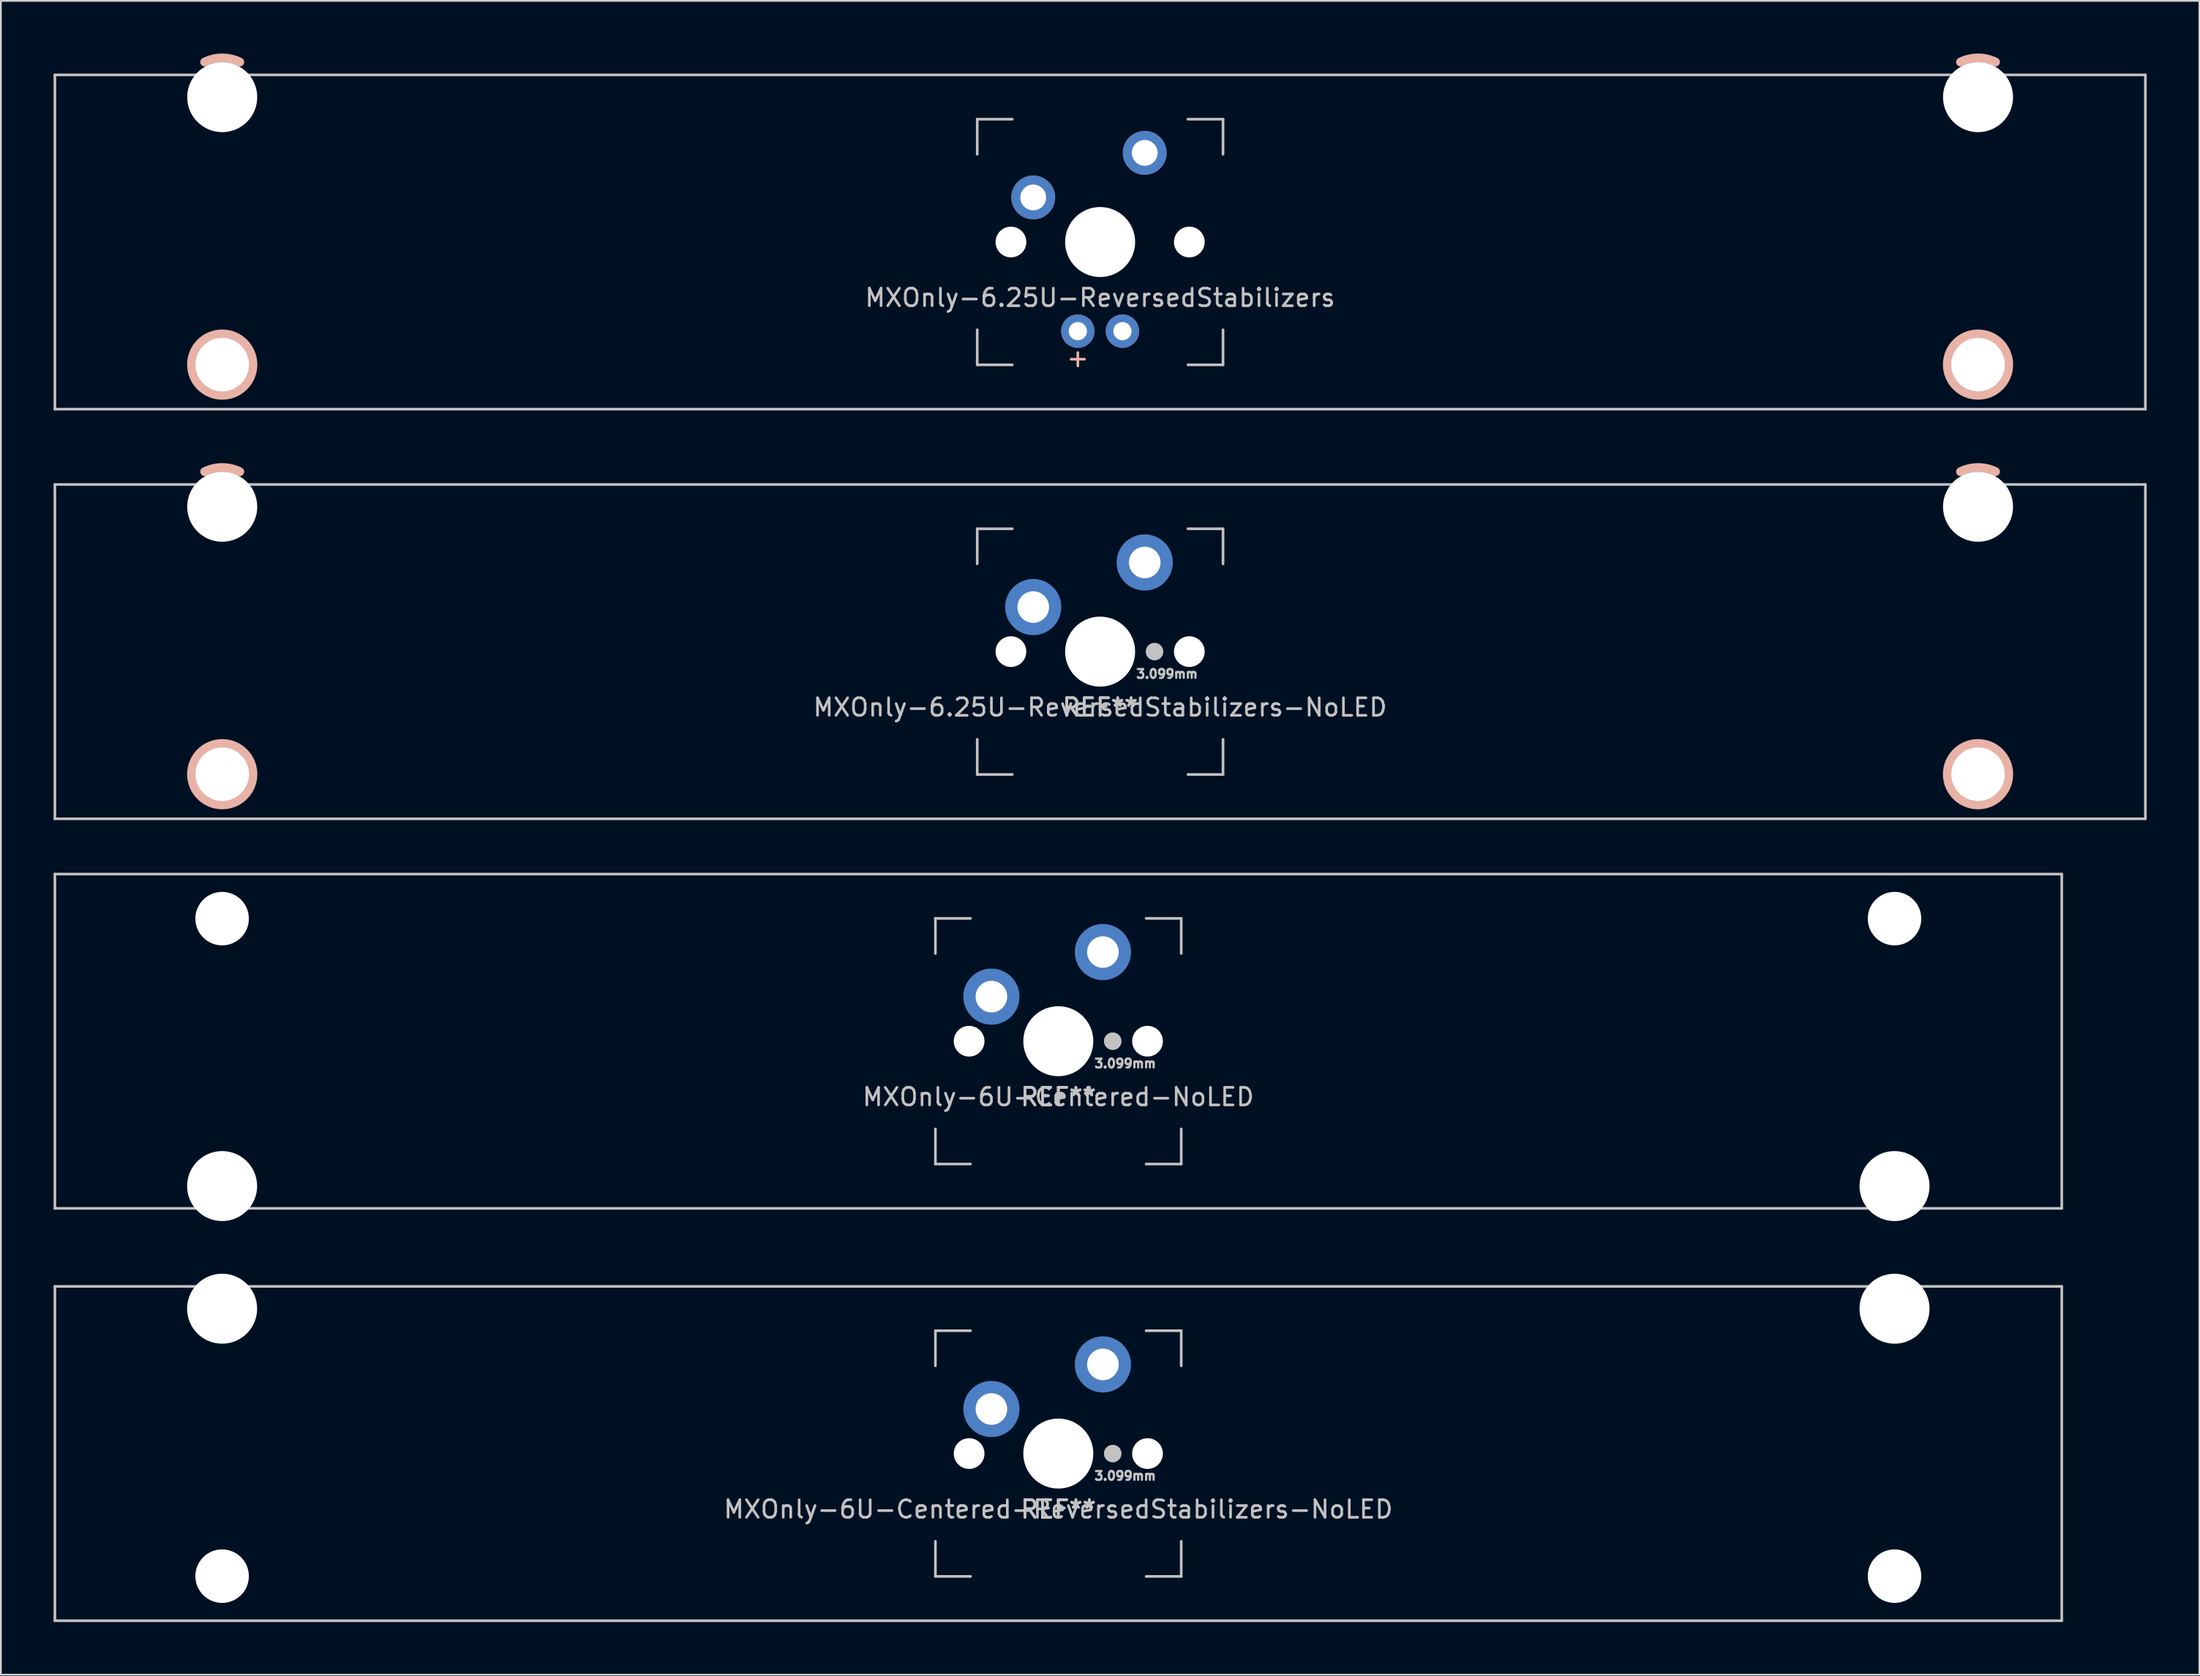
<source format=kicad_pcb>
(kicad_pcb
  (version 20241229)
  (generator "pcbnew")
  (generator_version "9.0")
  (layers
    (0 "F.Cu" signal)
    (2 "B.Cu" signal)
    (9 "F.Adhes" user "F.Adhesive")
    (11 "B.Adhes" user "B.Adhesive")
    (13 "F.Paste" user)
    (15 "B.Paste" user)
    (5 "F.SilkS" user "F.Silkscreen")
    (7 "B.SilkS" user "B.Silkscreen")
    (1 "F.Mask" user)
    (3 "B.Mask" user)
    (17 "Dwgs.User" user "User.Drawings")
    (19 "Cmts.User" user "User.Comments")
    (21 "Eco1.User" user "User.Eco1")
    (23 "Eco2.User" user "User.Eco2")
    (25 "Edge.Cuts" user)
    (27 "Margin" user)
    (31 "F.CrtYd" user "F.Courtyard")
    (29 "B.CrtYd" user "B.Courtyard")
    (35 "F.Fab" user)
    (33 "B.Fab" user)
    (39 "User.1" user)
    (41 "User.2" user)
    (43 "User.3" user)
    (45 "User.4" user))
  (footprint "MXOnly-6.25U-ReversedStabilizers"
    (layer "F.Cu")
    (at 59.606 10.741)
    (property "Reference" "MXOnly-6.25U-ReversedStabilizers" (at 0 3.175 0) (layer "Dwgs.User") (effects (font (size 1 1) (thickness 0.15))))
    (attr through_hole)
    (fp_arc (start -50.9999 -10.255) (mid -50.000487 -10.491068) (end -49.000951 -10.255525) (stroke (width 0.5) (type solid)) (layer "B.SilkS"))
    (fp_arc (start 48.9999 -10.255) (mid 49.999313 -10.491068) (end 50.998849 -10.255525) (stroke (width 0.5) (type solid)) (layer "B.SilkS"))
    (fp_circle (center -50 6.985) (end -51.75 6.985) (stroke (width 0.5) (type solid)) (fill no) (layer "B.SilkS"))
    (fp_circle (center 50 6.985) (end 48.25 6.985) (stroke (width 0.5) (type solid)) (fill no) (layer "B.SilkS"))
    (fp_line (start -59.531 -9.525) (end 59.531 -9.525) (stroke (width 0.15) (type solid)) (layer "Dwgs.User"))
    (fp_line (start -59.531 9.525) (end -59.531 -9.525) (stroke (width 0.15) (type solid)) (layer "Dwgs.User"))
    (fp_line (start -59.531 9.525) (end 59.531 9.525) (stroke (width 0.15) (type solid)) (layer "Dwgs.User"))
    (fp_line (start -7 -7) (end -7 -5) (stroke (width 0.15) (type solid)) (layer "Dwgs.User"))
    (fp_line (start -7 5) (end -7 7) (stroke (width 0.15) (type solid)) (layer "Dwgs.User"))
    (fp_line (start -7 7) (end -5 7) (stroke (width 0.15) (type solid)) (layer "Dwgs.User"))
    (fp_line (start -5 -7) (end -7 -7) (stroke (width 0.15) (type solid)) (layer "Dwgs.User"))
    (fp_line (start 5 -7) (end 7 -7) (stroke (width 0.15) (type solid)) (layer "Dwgs.User"))
    (fp_line (start 5 7) (end 7 7) (stroke (width 0.15) (type solid)) (layer "Dwgs.User"))
    (fp_line (start 7 -7) (end 7 -5) (stroke (width 0.15) (type solid)) (layer "Dwgs.User"))
    (fp_line (start 7 7) (end 7 5) (stroke (width 0.15) (type solid)) (layer "Dwgs.User"))
    (fp_line (start 59.531 -9.525) (end 59.531 9.525) (stroke (width 0.15) (type solid)) (layer "Dwgs.User"))
    (fp_text user "+" (at -1.27 6.604 0) (layer "B.SilkS") (effects (font (size 1 1) (thickness 0.15))))
    (pad "" np_thru_hole circle (at -50 -8.255) (size 3.988 3.988) (drill 3.988) (layers "*.Cu" "*.Mask"))
    (pad "" np_thru_hole circle (at -50 6.985) (size 3.048 3.048) (drill 3.048) (layers "*.Cu" "*.Mask"))
    (pad "" np_thru_hole circle (at -5.08 0 48.1) (size 1.75 1.75) (drill 1.75) (layers "*.Cu" "*.Mask"))
    (pad "" np_thru_hole circle (at 0 0) (size 3.988 3.988) (drill 3.988) (layers "*.Cu" "*.Mask"))
    (pad "" np_thru_hole circle (at 5.08 0 48.1) (size 1.75 1.75) (drill 1.75) (layers "*.Cu" "*.Mask"))
    (pad "" np_thru_hole circle (at 50 -8.255) (size 3.988 3.988) (drill 3.988) (layers "*.Cu" "*.Mask"))
    (pad "" np_thru_hole circle (at 50 6.985) (size 3.048 3.048) (drill 3.048) (layers "*.Cu" "*.Mask"))
    (pad "1" thru_hole circle (at -3.81 -2.54) (size 2.5 2.5) (drill 1.47) (layers "*.Cu" "*.Mask"))
    (pad "2" thru_hole circle (at 2.54 -5.08) (size 2.5 2.5) (drill 1.47) (layers "*.Cu" "*.Mask"))
    (pad "3" thru_hole circle (at -1.27 5.08) (size 1.905 1.905) (drill 1.04) (layers "*.Cu" "*.Mask"))
    (pad "4" thru_hole circle (at 1.27 5.08) (size 1.905 1.905) (drill 1.04) (layers "*.Cu" "*.Mask")))
  (footprint "MXOnly-6U-Centered-NoLED"
    (layer "F.Cu")
    (at 57.225 56.282)
    (property "Reference" "MXOnly-6U-Centered-NoLED" (at 0 3.175 0) (layer "Dwgs.User") (effects (font (size 1 1) (thickness 0.15))))
    (attr through_hole)
    (fp_line (start -57.15 -9.525) (end 57.15 -9.525) (stroke (width 0.15) (type solid)) (layer "Dwgs.User"))
    (fp_line (start -57.15 9.525) (end -57.15 -9.525) (stroke (width 0.15) (type solid)) (layer "Dwgs.User"))
    (fp_line (start -57.15 9.525) (end 57.15 9.525) (stroke (width 0.15) (type solid)) (layer "Dwgs.User"))
    (fp_line (start -7 -7) (end -7 -5) (stroke (width 0.15) (type solid)) (layer "Dwgs.User"))
    (fp_line (start -7 5) (end -7 7) (stroke (width 0.15) (type solid)) (layer "Dwgs.User"))
    (fp_line (start -7 7) (end -5 7) (stroke (width 0.15) (type solid)) (layer "Dwgs.User"))
    (fp_line (start -5 -7) (end -7 -7) (stroke (width 0.15) (type solid)) (layer "Dwgs.User"))
    (fp_line (start 5 -7) (end 7 -7) (stroke (width 0.15) (type solid)) (layer "Dwgs.User"))
    (fp_line (start 5 7) (end 7 7) (stroke (width 0.15) (type solid)) (layer "Dwgs.User"))
    (fp_line (start 7 -7) (end 7 -5) (stroke (width 0.15) (type solid)) (layer "Dwgs.User"))
    (fp_line (start 7 7) (end 7 5) (stroke (width 0.15) (type solid)) (layer "Dwgs.User"))
    (fp_line (start 57.15 -9.525) (end 57.15 9.525) (stroke (width 0.15) (type solid)) (layer "Dwgs.User"))
    (fp_text user "REF**" (at 0 3.175 0) (layer "Dwgs.User") (effects (font (size 1 1) (thickness 0.15))))
    (fp_text user "REF**" (at 0 3.175 0) (layer "Dwgs.User") (effects (font (size 1 1) (thickness 0.15))))
    (fp_text user "3.099mm" (at 3.81 1.27 0) (layer "Dwgs.User") (effects (font (size 0.5 0.5) (thickness 0.125))))
    (fp_text user "REF**" (at 0 3.175 0) (layer "Dwgs.User") (effects (font (size 1 1) (thickness 0.15))))
    (pad "" np_thru_hole circle (at -47.625 -6.985) (size 3.048 3.048) (drill 3.048) (layers "*.Cu" "*.Mask"))
    (pad "" np_thru_hole circle (at -47.625 8.255) (size 3.988 3.988) (drill 3.988) (layers "*.Cu" "*.Mask"))
    (pad "" np_thru_hole circle (at -5.08 0 48.1) (size 1.75 1.75) (drill 1.75) (layers "*.Cu" "*.Mask"))
    (pad "" smd circle (at -3.81 -2.54) (size 2.8 2.8) (layers "B.Mask"))
    (pad "" np_thru_hole circle (at 0 0) (size 3.988 3.988) (drill 3.988) (layers "*.Cu" "*.Mask"))
    (pad "" smd circle (at 2.54 -5.08) (size 2.8 2.8) (layers "B.Mask"))
    (pad "" smd circle (at 3.099 0) (size 1 1) (layers "Dwgs.User"))
    (pad "" np_thru_hole circle (at 5.08 0 48.1) (size 1.75 1.75) (drill 1.75) (layers "*.Cu" "*.Mask"))
    (pad "" np_thru_hole circle (at 47.625 -6.985) (size 3.048 3.048) (drill 3.048) (layers "*.Cu" "*.Mask"))
    (pad "" np_thru_hole circle (at 47.625 8.255) (size 3.988 3.988) (drill 3.988) (layers "*.Cu" "*.Mask"))
    (pad "1" thru_hole circle (at -3.81 -2.54) (size 2.4 2.4) (drill 1.8) (layers "*.Cu"))
    (pad "1" connect circle (at -3.81 -2.54) (size 3.2 3.2) (layers "B.Cu"))
    (pad "2" thru_hole circle (at 2.54 -5.08) (size 2.4 2.4) (drill 1.8) (layers "*.Cu"))
    (pad "2" connect circle (at 2.54 -5.08) (size 3.2 3.2) (layers "B.Cu")))
  (footprint "MXOnly-6U-Centered-ReversedStabilizers-NoLED"
    (layer "F.Cu")
    (at 57.225 79.78)
    (property "Reference" "MXOnly-6U-Centered-ReversedStabilizers-NoLED" (at 0 3.175 0) (layer "Dwgs.User") (effects (font (size 1 1) (thickness 0.15))))
    (attr through_hole)
    (fp_line (start -57.15 -9.525) (end 57.15 -9.525) (stroke (width 0.15) (type solid)) (layer "Dwgs.User"))
    (fp_line (start -57.15 9.525) (end -57.15 -9.525) (stroke (width 0.15) (type solid)) (layer "Dwgs.User"))
    (fp_line (start -57.15 9.525) (end 57.15 9.525) (stroke (width 0.15) (type solid)) (layer "Dwgs.User"))
    (fp_line (start -7 -7) (end -7 -5) (stroke (width 0.15) (type solid)) (layer "Dwgs.User"))
    (fp_line (start -7 5) (end -7 7) (stroke (width 0.15) (type solid)) (layer "Dwgs.User"))
    (fp_line (start -7 7) (end -5 7) (stroke (width 0.15) (type solid)) (layer "Dwgs.User"))
    (fp_line (start -5 -7) (end -7 -7) (stroke (width 0.15) (type solid)) (layer "Dwgs.User"))
    (fp_line (start 5 -7) (end 7 -7) (stroke (width 0.15) (type solid)) (layer "Dwgs.User"))
    (fp_line (start 5 7) (end 7 7) (stroke (width 0.15) (type solid)) (layer "Dwgs.User"))
    (fp_line (start 7 -7) (end 7 -5) (stroke (width 0.15) (type solid)) (layer "Dwgs.User"))
    (fp_line (start 7 7) (end 7 5) (stroke (width 0.15) (type solid)) (layer "Dwgs.User"))
    (fp_line (start 57.15 -9.525) (end 57.15 9.525) (stroke (width 0.15) (type solid)) (layer "Dwgs.User"))
    (fp_text user "3.099mm" (at 3.81 1.27 0) (layer "Dwgs.User") (effects (font (size 0.5 0.5) (thickness 0.125))))
    (fp_text user "REF**" (at 0 3.175 0) (layer "Dwgs.User") (effects (font (size 1 1) (thickness 0.15))))
    (fp_text user "REF**" (at 0 3.175 0) (layer "Dwgs.User") (effects (font (size 1 1) (thickness 0.15))))
    (fp_text user "REF**" (at 0 3.175 0) (layer "Dwgs.User") (effects (font (size 1 1) (thickness 0.15))))
    (pad "" np_thru_hole circle (at -47.625 -8.255) (size 3.988 3.988) (drill 3.988) (layers "*.Cu" "*.Mask"))
    (pad "" np_thru_hole circle (at -47.625 6.985) (size 3.048 3.048) (drill 3.048) (layers "*.Cu" "*.Mask"))
    (pad "" np_thru_hole circle (at -5.08 0 48.1) (size 1.75 1.75) (drill 1.75) (layers "*.Cu" "*.Mask"))
    (pad "" smd circle (at -3.81 -2.54) (size 2.8 2.8) (layers "B.Mask"))
    (pad "" np_thru_hole circle (at 0 0) (size 3.988 3.988) (drill 3.988) (layers "*.Cu" "*.Mask"))
    (pad "" smd circle (at 2.54 -5.08) (size 2.8 2.8) (layers "B.Mask"))
    (pad "" smd circle (at 3.099 0) (size 1 1) (layers "Dwgs.User"))
    (pad "" np_thru_hole circle (at 5.08 0 48.1) (size 1.75 1.75) (drill 1.75) (layers "*.Cu" "*.Mask"))
    (pad "" np_thru_hole circle (at 47.625 -8.255) (size 3.988 3.988) (drill 3.988) (layers "*.Cu" "*.Mask"))
    (pad "" np_thru_hole circle (at 47.625 6.985) (size 3.048 3.048) (drill 3.048) (layers "*.Cu" "*.Mask"))
    (pad "1" thru_hole circle (at -3.81 -2.54) (size 2.4 2.4) (drill 1.8) (layers "*.Cu"))
    (pad "1" connect circle (at -3.81 -2.54) (size 3.2 3.2) (layers "B.Cu"))
    (pad "2" thru_hole circle (at 2.54 -5.08) (size 2.4 2.4) (drill 1.8) (layers "*.Cu"))
    (pad "2" connect circle (at 2.54 -5.08) (size 3.2 3.2) (layers "B.Cu")))
  (footprint "MXOnly-6.25U-ReversedStabilizers-NoLED"
    (layer "F.Cu")
    (at 59.606 34.082)
    (property "Reference" "MXOnly-6.25U-ReversedStabilizers-NoLED" (at 0 3.175 0) (layer "Dwgs.User") (effects (font (size 1 1) (thickness 0.15))))
    (attr through_hole)
    (fp_arc (start -50.9999 -10.255) (mid -50.000487 -10.491068) (end -49.000951 -10.255525) (stroke (width 0.5) (type solid)) (layer "B.SilkS"))
    (fp_arc (start 48.9999 -10.255) (mid 49.999313 -10.491068) (end 50.998849 -10.255525) (stroke (width 0.5) (type solid)) (layer "B.SilkS"))
    (fp_circle (center -50 6.985) (end -51.75 6.985) (stroke (width 0.5) (type solid)) (fill no) (layer "B.SilkS"))
    (fp_circle (center 50 6.985) (end 48.25 6.985) (stroke (width 0.5) (type solid)) (fill no) (layer "B.SilkS"))
    (fp_line (start -59.531 -9.525) (end 59.531 -9.525) (stroke (width 0.15) (type solid)) (layer "Dwgs.User"))
    (fp_line (start -59.531 9.525) (end -59.531 -9.525) (stroke (width 0.15) (type solid)) (layer "Dwgs.User"))
    (fp_line (start -59.531 9.525) (end 59.531 9.525) (stroke (width 0.15) (type solid)) (layer "Dwgs.User"))
    (fp_line (start -7 -7) (end -7 -5) (stroke (width 0.15) (type solid)) (layer "Dwgs.User"))
    (fp_line (start -7 5) (end -7 7) (stroke (width 0.15) (type solid)) (layer "Dwgs.User"))
    (fp_line (start -7 7) (end -5 7) (stroke (width 0.15) (type solid)) (layer "Dwgs.User"))
    (fp_line (start -5 -7) (end -7 -7) (stroke (width 0.15) (type solid)) (layer "Dwgs.User"))
    (fp_line (start 5 -7) (end 7 -7) (stroke (width 0.15) (type solid)) (layer "Dwgs.User"))
    (fp_line (start 5 7) (end 7 7) (stroke (width 0.15) (type solid)) (layer "Dwgs.User"))
    (fp_line (start 7 -7) (end 7 -5) (stroke (width 0.15) (type solid)) (layer "Dwgs.User"))
    (fp_line (start 7 7) (end 7 5) (stroke (width 0.15) (type solid)) (layer "Dwgs.User"))
    (fp_line (start 59.531 -9.525) (end 59.531 9.525) (stroke (width 0.15) (type solid)) (layer "Dwgs.User"))
    (fp_text user "REF**" (at 0 3.175 0) (layer "Dwgs.User") (effects (font (size 1 1) (thickness 0.15))))
    (fp_text user "REF**" (at 0 3.175 0) (layer "Dwgs.User") (effects (font (size 1 1) (thickness 0.15))))
    (fp_text user "3.099mm" (at 3.81 1.27 0) (layer "Dwgs.User") (effects (font (size 0.5 0.5) (thickness 0.125))))
    (fp_text user "REF**" (at 0 3.175 0) (layer "Dwgs.User") (effects (font (size 1 1) (thickness 0.15))))
    (pad "" np_thru_hole circle (at -50 -8.255) (size 3.988 3.988) (drill 3.988) (layers "*.Cu" "*.Mask"))
    (pad "" np_thru_hole circle (at -50 6.985) (size 3.048 3.048) (drill 3.048) (layers "*.Cu" "*.Mask"))
    (pad "" np_thru_hole circle (at -5.08 0 48.1) (size 1.75 1.75) (drill 1.75) (layers "*.Cu" "*.Mask"))
    (pad "" smd circle (at -3.81 -2.54) (size 2.8 2.8) (layers "B.Mask"))
    (pad "" np_thru_hole circle (at 0 0) (size 3.988 3.988) (drill 3.988) (layers "*.Cu" "*.Mask"))
    (pad "" smd circle (at 2.54 -5.08) (size 2.8 2.8) (layers "B.Mask"))
    (pad "" smd circle (at 3.099 0) (size 1 1) (layers "Dwgs.User"))
    (pad "" np_thru_hole circle (at 5.08 0 48.1) (size 1.75 1.75) (drill 1.75) (layers "*.Cu" "*.Mask"))
    (pad "" np_thru_hole circle (at 50 -8.255) (size 3.988 3.988) (drill 3.988) (layers "*.Cu" "*.Mask"))
    (pad "" np_thru_hole circle (at 50 6.985) (size 3.048 3.048) (drill 3.048) (layers "*.Cu" "*.Mask"))
    (pad "1" thru_hole circle (at -3.81 -2.54) (size 2.4 2.4) (drill 1.8) (layers "*.Cu"))
    (pad "1" connect circle (at -3.81 -2.54) (size 3.2 3.2) (layers "B.Cu"))
    (pad "2" thru_hole circle (at 2.54 -5.08) (size 2.4 2.4) (drill 1.8) (layers "*.Cu"))
    (pad "2" connect circle (at 2.54 -5.08) (size 3.2 3.2) (layers "B.Cu")))
  (gr_rect
    (start -3 -3)
    (end 122.213 92.38)
    (stroke (width 0.1) (type default))
    (fill no)
    (layer "Edge.Cuts")))
</source>
